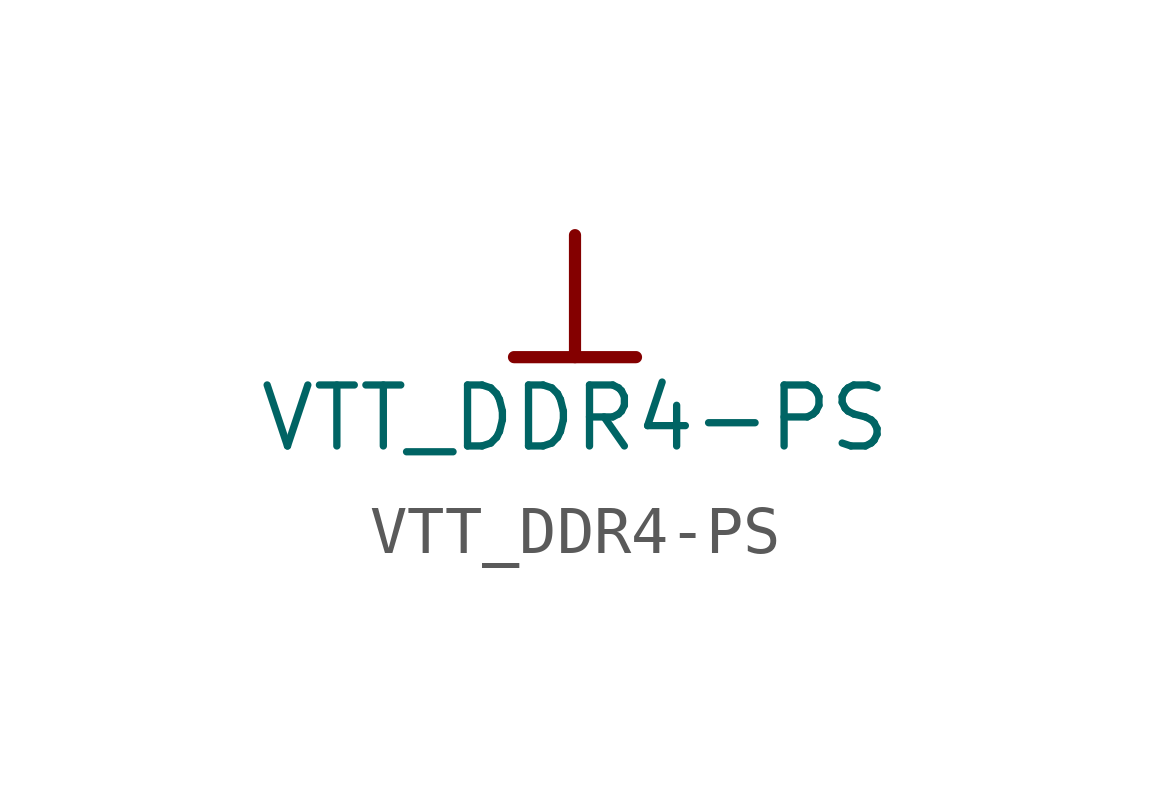
<source format=kicad_sym>
(kicad_symbol_lib
  (version 20231120)
  (generator "kicad_symbol_editor")
  (generator_version "8.0")
  (symbol "VTT_DDR4-PS"
    (power)
    (property "Reference" "#PWR0304"
      (at 0 0 0)
      (effects (font (size 1.27 1.27)) (hide yes)))
    (property "Value" "VTT_DDR4-PS"
      (at 0 -3.81 0)
      (effects (font (size 1.27 1.27))))
    (symbol "VTT_DDR4-PS_0_0"
      (polyline (pts (xy -1.27 -2.54) (xy 1.27 -2.54)) (stroke (width 0.254) (type solid)) (fill (type none)))
      (polyline (pts (xy 0 0) (xy 0 -2.54)) (stroke (width 0.254) (type solid)) (fill (type none)))
      (pin power_in line (at 0 0 0) (length 0) hide (name "VTT_DDR4-PS" (effects (font (size 1.27 1.27)))) (number "" (effects (font (size 1.27 1.27))))))))
</source>
